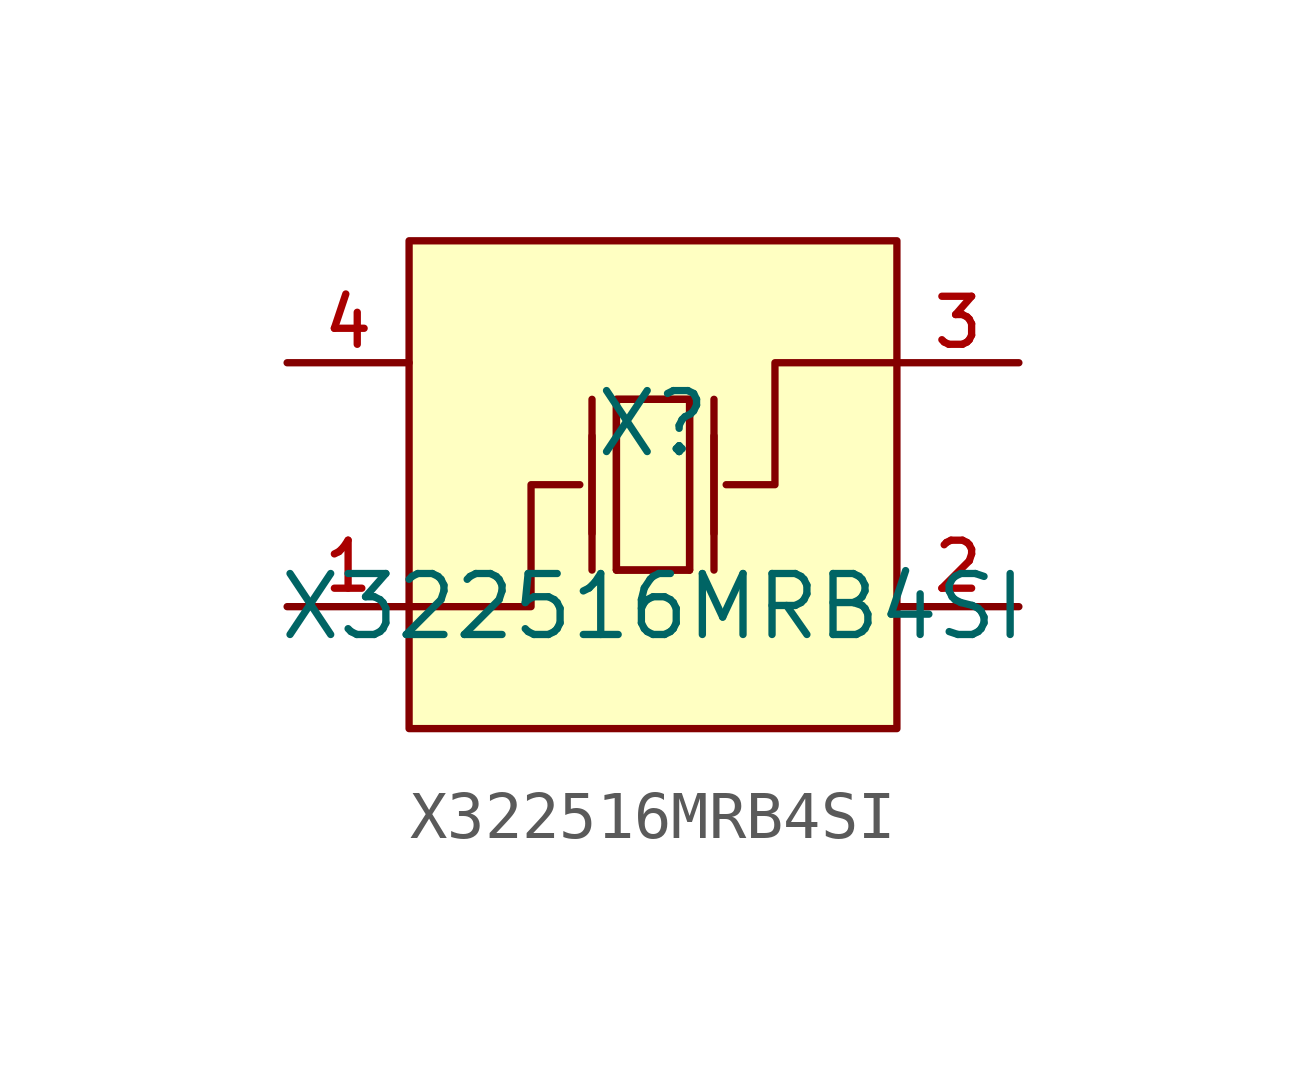
<source format=kicad_sym>
(kicad_symbol_lib
  (version 20210201)
  (generator TousstNicolas/JLC2KiCad_lib)
  (symbol "X322516MRB4SI"
    (pin_names hide)
    (property "Reference" "X"
      (at 0 1.27 0)
      (effects (font (size 1.27 1.27))))
    (property "Value" "X322516MRB4SI"
      (at 0 -2.54 0)
      (effects (font (size 1.27 1.27))))
    (symbol "X322516MRB4SI_0_1"
      (polyline (pts (xy -1.27 -1.016) (xy -1.27 1.016)) (stroke (width 0) (type default) (color 0 0 0 0)) (fill (type none)))
      (polyline (pts (xy 0.762 -1.778) (xy -0.762 -1.778)) (stroke (width 0) (type default) (color 0 0 0 0)) (fill (type none)))
      (polyline (pts (xy 1.27 -1.016) (xy 1.27 1.016)) (stroke (width 0) (type default) (color 0 0 0 0)) (fill (type none)))
      (polyline (pts (xy -0.762 -1.778) (xy -0.762 1.778) (xy 0.762 1.778) (xy 0.762 -1.778)) (stroke (width 0) (type default) (color 0 0 0 0)) (fill (type none)))
      (polyline (pts (xy 5.08 2.54) (xy 2.54 2.54) (xy 2.54 -0.0) (xy 1.524 -0.0)) (stroke (width 0) (type default) (color 0 0 0 0)) (fill (type none)))
      (polyline (pts (xy -5.08 -2.54) (xy -2.54 -2.54) (xy -2.54 -0.0) (xy -1.524 -0.0)) (stroke (width 0) (type default) (color 0 0 0 0)) (fill (type none)))
      (polyline (pts (xy 1.27 -1.778) (xy 1.27 1.778)) (stroke (width 0) (type default) (color 0 0 0 0)) (fill (type none)))
      (polyline (pts (xy -1.27 -1.778) (xy -1.27 1.778)) (stroke (width 0) (type default) (color 0 0 0 0)) (fill (type none)))
      (polyline (pts (xy 0.762 1.778) (xy 0.762 -1.778) (xy -0.762 -1.778) (xy -0.762 1.778) (xy 0.762 1.778)) (stroke (width 0) (type default) (color 0 0 0 0)) (fill (type none)))
      (pin unspecified line (at -7.62 2.54 0) (length 2.54) (name "GND" (effects (font (size 1 1)))) (number "4" (effects (font (size 1 1)))))
      (pin unspecified line (at 7.62 -2.54 180) (length 2.54) (name "GND" (effects (font (size 1 1)))) (number "2" (effects (font (size 1 1)))))
      (rectangle (start -5.08 5.08) (end 5.08 -5.08) (stroke (width 0) (type default) (color 0 0 0 0)) (fill (type background)))
      (pin unspecified line (at -7.62 -2.54 0) (length 2.54) (name "OSC1" (effects (font (size 1 1)))) (number "1" (effects (font (size 1 1)))))
      (pin unspecified line (at 7.62 2.54 180) (length 2.54) (name "OSC2" (effects (font (size 1 1)))) (number "3" (effects (font (size 1 1))))))))
</source>
